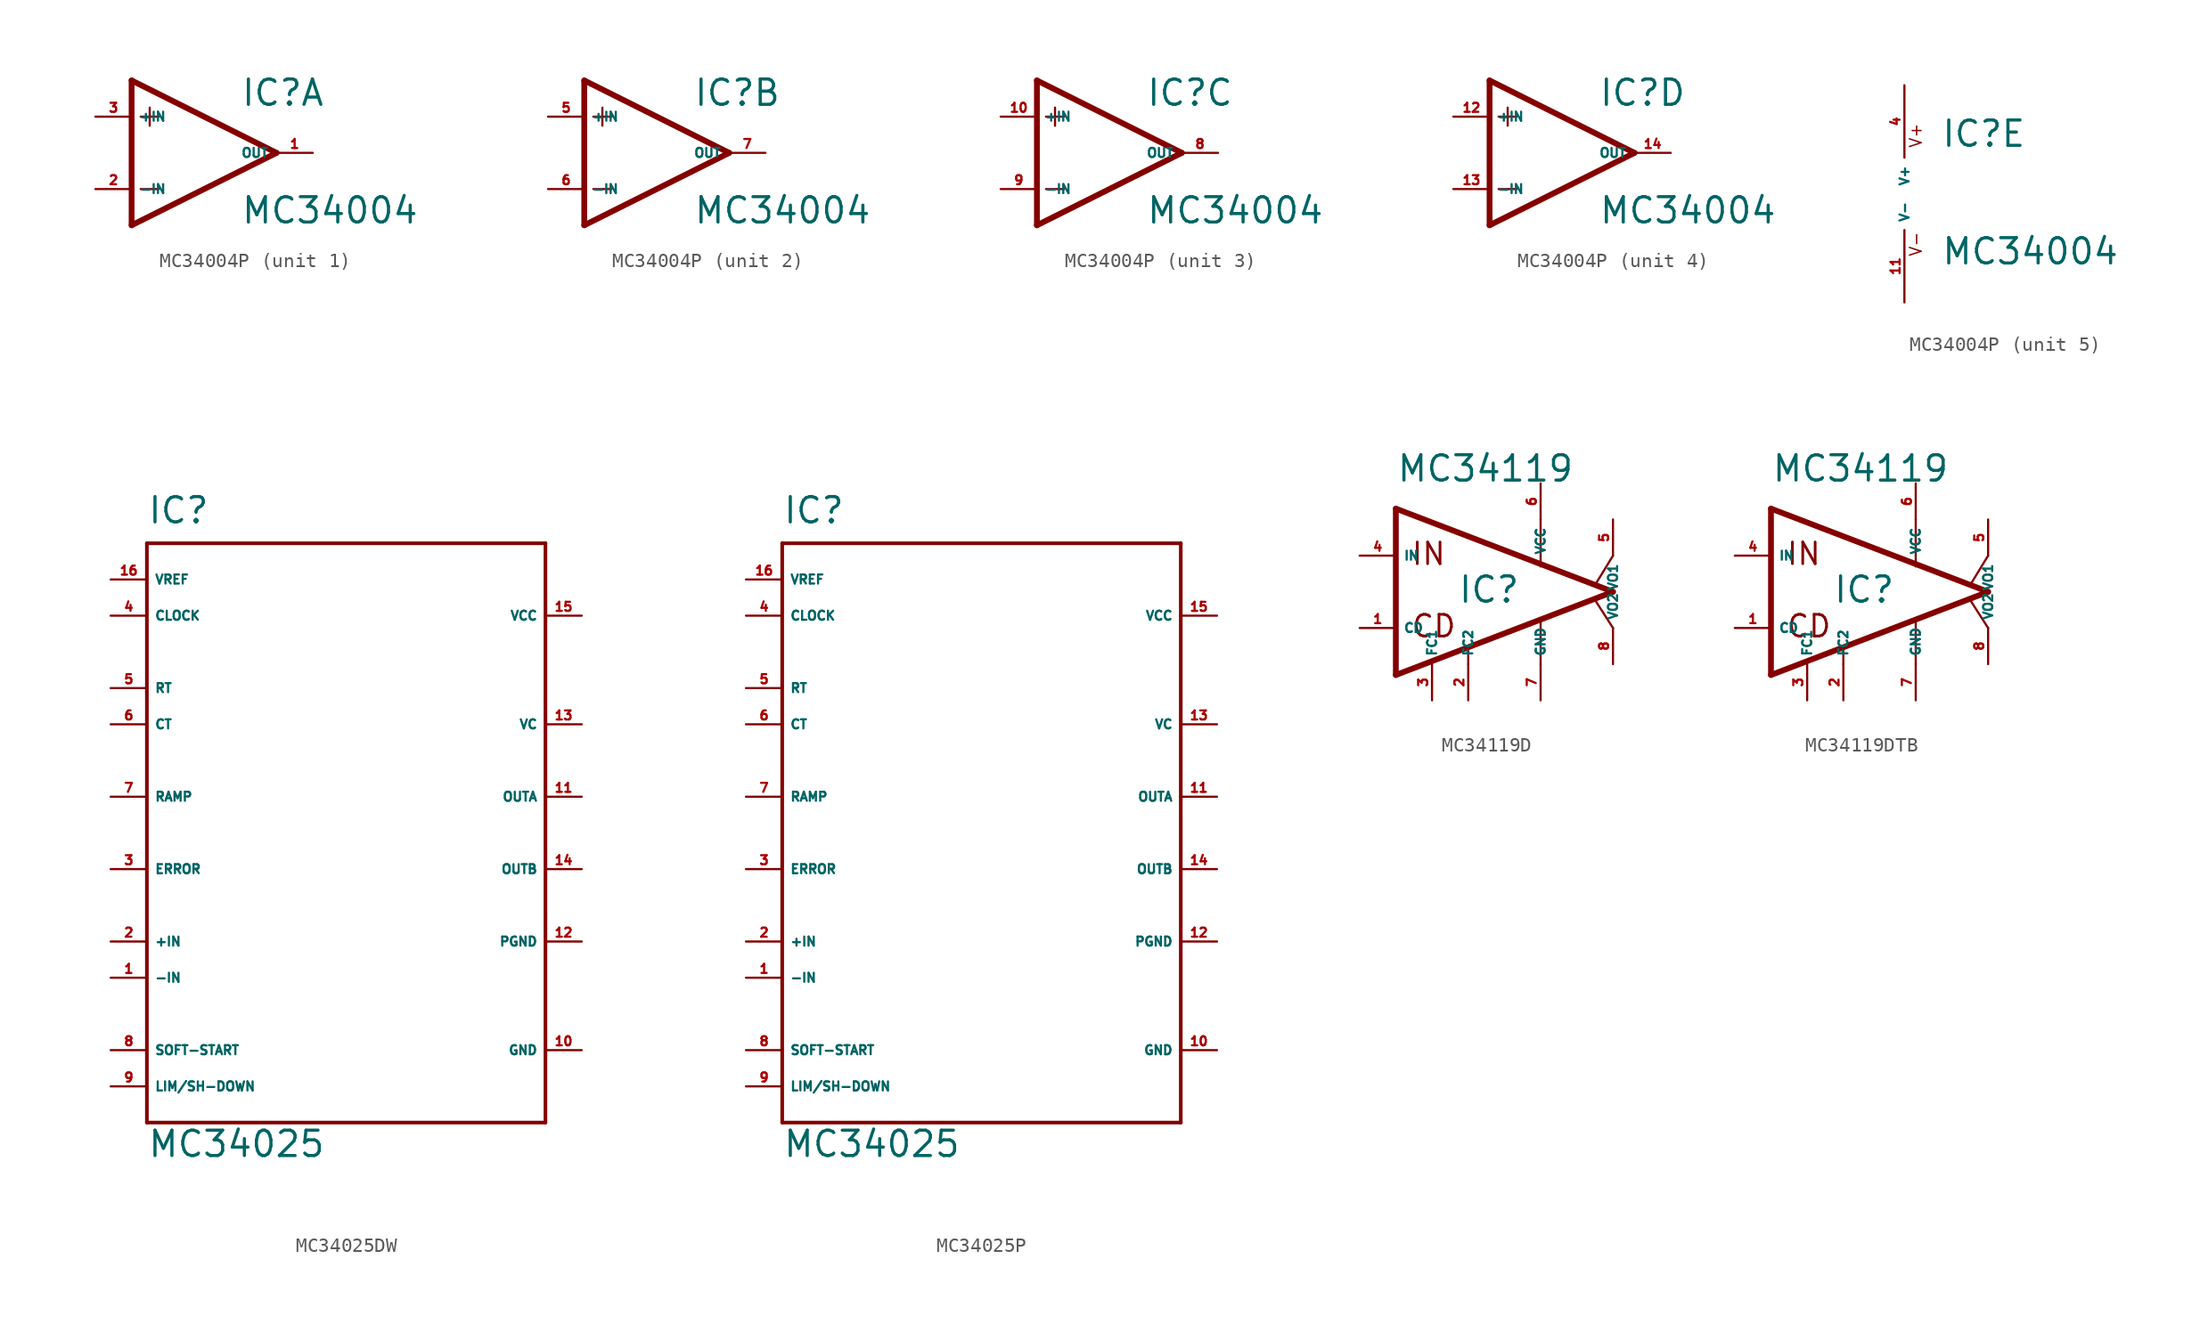
<source format=kicad_sym>
(kicad_symbol_lib
  (version 20220914)
  (generator Eagle2Kicad)
  (symbol "MC34004P"
    (property "Reference" "IC"
      (at 2.54 3.175 0)
      (effects (font (size 1.778 1.778) (thickness 0.22)) (justify left bottom)))
    (property "Value" "MC34004"
      (at 2.54 -5.08 0)
      (effects (font (size 1.778 1.778) (thickness 0.22)) (justify left bottom)))
    (symbol "MC34004P_1_0"
      (polyline (pts (xy -5.08 5.08) (xy -5.08 -5.08)) (stroke (width 0.406) (type default)) (fill (type none)))
      (polyline (pts (xy -5.08 -5.08) (xy 5.08 0)) (stroke (width 0.406) (type default)) (fill (type none)))
      (polyline (pts (xy 5.08 0) (xy -5.08 5.08)) (stroke (width 0.406) (type default)) (fill (type none)))
      (polyline (pts (xy -3.81 3.175) (xy -3.81 1.905)) (stroke (width 0.152) (type default)) (fill (type none)))
      (polyline (pts (xy -4.445 2.54) (xy -3.175 2.54)) (stroke (width 0.152) (type default)) (fill (type none)))
      (polyline (pts (xy -4.445 -2.54) (xy -3.175 -2.54)) (stroke (width 0.152) (type default)) (fill (type none)))
      (pin input line (at -7.62 -2.54 0) (length 2.54) (name "-IN" (effects (font (size 0.635 0.635) (thickness 0.08)) (justify left bottom))) (number "2" (effects (font (size 0.635 0.635) (thickness 0.08)) (justify left bottom))))
      (pin input line (at -7.62 2.54 0) (length 2.54) (name "+IN" (effects (font (size 0.635 0.635) (thickness 0.08)) (justify left bottom))) (number "3" (effects (font (size 0.635 0.635) (thickness 0.08)) (justify left bottom))))
      (pin output line (at 7.62 0 180) (length 2.54) (name "OUT" (effects (font (size 0.635 0.635) (thickness 0.08)) (justify left bottom))) (number "1" (effects (font (size 0.635 0.635) (thickness 0.08)) (justify left bottom)))))
    (symbol "MC34004P_2_0"
      (polyline (pts (xy -5.08 5.08) (xy -5.08 -5.08)) (stroke (width 0.406) (type default)) (fill (type none)))
      (polyline (pts (xy -5.08 -5.08) (xy 5.08 0)) (stroke (width 0.406) (type default)) (fill (type none)))
      (polyline (pts (xy 5.08 0) (xy -5.08 5.08)) (stroke (width 0.406) (type default)) (fill (type none)))
      (polyline (pts (xy -3.81 3.175) (xy -3.81 1.905)) (stroke (width 0.152) (type default)) (fill (type none)))
      (polyline (pts (xy -4.445 2.54) (xy -3.175 2.54)) (stroke (width 0.152) (type default)) (fill (type none)))
      (polyline (pts (xy -4.445 -2.54) (xy -3.175 -2.54)) (stroke (width 0.152) (type default)) (fill (type none)))
      (pin input line (at -7.62 -2.54 0) (length 2.54) (name "-IN" (effects (font (size 0.635 0.635) (thickness 0.08)) (justify left bottom))) (number "6" (effects (font (size 0.635 0.635) (thickness 0.08)) (justify left bottom))))
      (pin input line (at -7.62 2.54 0) (length 2.54) (name "+IN" (effects (font (size 0.635 0.635) (thickness 0.08)) (justify left bottom))) (number "5" (effects (font (size 0.635 0.635) (thickness 0.08)) (justify left bottom))))
      (pin output line (at 7.62 0 180) (length 2.54) (name "OUT" (effects (font (size 0.635 0.635) (thickness 0.08)) (justify left bottom))) (number "7" (effects (font (size 0.635 0.635) (thickness 0.08)) (justify left bottom)))))
    (symbol "MC34004P_3_0"
      (polyline (pts (xy -5.08 5.08) (xy -5.08 -5.08)) (stroke (width 0.406) (type default)) (fill (type none)))
      (polyline (pts (xy -5.08 -5.08) (xy 5.08 0)) (stroke (width 0.406) (type default)) (fill (type none)))
      (polyline (pts (xy 5.08 0) (xy -5.08 5.08)) (stroke (width 0.406) (type default)) (fill (type none)))
      (polyline (pts (xy -3.81 3.175) (xy -3.81 1.905)) (stroke (width 0.152) (type default)) (fill (type none)))
      (polyline (pts (xy -4.445 2.54) (xy -3.175 2.54)) (stroke (width 0.152) (type default)) (fill (type none)))
      (polyline (pts (xy -4.445 -2.54) (xy -3.175 -2.54)) (stroke (width 0.152) (type default)) (fill (type none)))
      (pin input line (at -7.62 -2.54 0) (length 2.54) (name "-IN" (effects (font (size 0.635 0.635) (thickness 0.08)) (justify left bottom))) (number "9" (effects (font (size 0.635 0.635) (thickness 0.08)) (justify left bottom))))
      (pin input line (at -7.62 2.54 0) (length 2.54) (name "+IN" (effects (font (size 0.635 0.635) (thickness 0.08)) (justify left bottom))) (number "10" (effects (font (size 0.635 0.635) (thickness 0.08)) (justify left bottom))))
      (pin output line (at 7.62 0 180) (length 2.54) (name "OUT" (effects (font (size 0.635 0.635) (thickness 0.08)) (justify left bottom))) (number "8" (effects (font (size 0.635 0.635) (thickness 0.08)) (justify left bottom)))))
    (symbol "MC34004P_4_0"
      (polyline (pts (xy -5.08 5.08) (xy -5.08 -5.08)) (stroke (width 0.406) (type default)) (fill (type none)))
      (polyline (pts (xy -5.08 -5.08) (xy 5.08 0)) (stroke (width 0.406) (type default)) (fill (type none)))
      (polyline (pts (xy 5.08 0) (xy -5.08 5.08)) (stroke (width 0.406) (type default)) (fill (type none)))
      (polyline (pts (xy -3.81 3.175) (xy -3.81 1.905)) (stroke (width 0.152) (type default)) (fill (type none)))
      (polyline (pts (xy -4.445 2.54) (xy -3.175 2.54)) (stroke (width 0.152) (type default)) (fill (type none)))
      (polyline (pts (xy -4.445 -2.54) (xy -3.175 -2.54)) (stroke (width 0.152) (type default)) (fill (type none)))
      (pin input line (at -7.62 -2.54 0) (length 2.54) (name "-IN" (effects (font (size 0.635 0.635) (thickness 0.08)) (justify left bottom))) (number "13" (effects (font (size 0.635 0.635) (thickness 0.08)) (justify left bottom))))
      (pin input line (at -7.62 2.54 0) (length 2.54) (name "+IN" (effects (font (size 0.635 0.635) (thickness 0.08)) (justify left bottom))) (number "12" (effects (font (size 0.635 0.635) (thickness 0.08)) (justify left bottom))))
      (pin output line (at 7.62 0 180) (length 2.54) (name "OUT" (effects (font (size 0.635 0.635) (thickness 0.08)) (justify left bottom))) (number "14" (effects (font (size 0.635 0.635) (thickness 0.08)) (justify left bottom)))))
    (symbol "MC34004P_5_0"
      (text "V+" (at 1.27 3.175 900) (effects (font (size 0.813 0.813) (thickness 0.10)) (justify left bottom)))
      (text "V-" (at 1.27 -4.445 900) (effects (font (size 0.813 0.813) (thickness 0.10)) (justify left bottom)))
      (pin unspecified line (at 0 7.62 270) (length 5.08) (name "V+" (effects (font (size 0.635 0.635) (thickness 0.08)) (justify left bottom))) (number "4" (effects (font (size 0.635 0.635) (thickness 0.08)) (justify left bottom))))
      (pin unspecified line (at 0 -7.62 90) (length 5.08) (name "V-" (effects (font (size 0.635 0.635) (thickness 0.08)) (justify left bottom))) (number "11" (effects (font (size 0.635 0.635) (thickness 0.08)) (justify left bottom))))))
  (symbol "MC34025DW"
    (property "Reference" "IC"
      (at -12.7 21.59 0)
      (effects (font (size 1.778 1.778) (thickness 0.22)) (justify left bottom)))
    (property "Value" "MC34025"
      (at -12.7 -22.86 0)
      (effects (font (size 1.778 1.778) (thickness 0.22)) (justify left bottom)))
    (polyline
      (pts (xy -12.7 20.32) (xy 15.24 20.32))
      (stroke (width 0.254) (type default))
      (fill (type none)))
    (polyline
      (pts (xy 15.24 20.32) (xy 15.24 -20.32))
      (stroke (width 0.254) (type default))
      (fill (type none)))
    (polyline
      (pts (xy 15.24 -20.32) (xy -12.7 -20.32))
      (stroke (width 0.254) (type default))
      (fill (type none)))
    (polyline
      (pts (xy -12.7 -20.32) (xy -12.7 20.32))
      (stroke (width 0.254) (type default))
      (fill (type none)))
    (pin input line
      (at -15.24 17.78 0)
      (length 2.54)
      (name "VREF" (effects (font (size 0.635 0.635) (thickness 0.08)) (justify left bottom)))
      (number "16" (effects (font (size 0.635 0.635) (thickness 0.08)) (justify left bottom))))
    (pin input line
      (at -15.24 15.24 0)
      (length 2.54)
      (name "CLOCK" (effects (font (size 0.635 0.635) (thickness 0.08)) (justify left bottom)))
      (number "4" (effects (font (size 0.635 0.635) (thickness 0.08)) (justify left bottom))))
    (pin input line
      (at -15.24 10.16 0)
      (length 2.54)
      (name "RT" (effects (font (size 0.635 0.635) (thickness 0.08)) (justify left bottom)))
      (number "5" (effects (font (size 0.635 0.635) (thickness 0.08)) (justify left bottom))))
    (pin input line
      (at -15.24 7.62 0)
      (length 2.54)
      (name "CT" (effects (font (size 0.635 0.635) (thickness 0.08)) (justify left bottom)))
      (number "6" (effects (font (size 0.635 0.635) (thickness 0.08)) (justify left bottom))))
    (pin input line
      (at -15.24 2.54 0)
      (length 2.54)
      (name "RAMP" (effects (font (size 0.635 0.635) (thickness 0.08)) (justify left bottom)))
      (number "7" (effects (font (size 0.635 0.635) (thickness 0.08)) (justify left bottom))))
    (pin output line
      (at -15.24 -2.54 0)
      (length 2.54)
      (name "ERROR" (effects (font (size 0.635 0.635) (thickness 0.08)) (justify left bottom)))
      (number "3" (effects (font (size 0.635 0.635) (thickness 0.08)) (justify left bottom))))
    (pin input line
      (at -15.24 -7.62 0)
      (length 2.54)
      (name "+IN" (effects (font (size 0.635 0.635) (thickness 0.08)) (justify left bottom)))
      (number "2" (effects (font (size 0.635 0.635) (thickness 0.08)) (justify left bottom))))
    (pin input line
      (at -15.24 -10.16 0)
      (length 2.54)
      (name "-IN" (effects (font (size 0.635 0.635) (thickness 0.08)) (justify left bottom)))
      (number "1" (effects (font (size 0.635 0.635) (thickness 0.08)) (justify left bottom))))
    (pin input line
      (at -15.24 -15.24 0)
      (length 2.54)
      (name "SOFT-START" (effects (font (size 0.635 0.635) (thickness 0.08)) (justify left bottom)))
      (number "8" (effects (font (size 0.635 0.635) (thickness 0.08)) (justify left bottom))))
    (pin input line
      (at -15.24 -17.78 0)
      (length 2.54)
      (name "LIM/SH-DOWN" (effects (font (size 0.635 0.635) (thickness 0.08)) (justify left bottom)))
      (number "9" (effects (font (size 0.635 0.635) (thickness 0.08)) (justify left bottom))))
    (pin output line
      (at 17.78 2.54 180)
      (length 2.54)
      (name "OUTA" (effects (font (size 0.635 0.635) (thickness 0.08)) (justify left bottom)))
      (number "11" (effects (font (size 0.635 0.635) (thickness 0.08)) (justify left bottom))))
    (pin output line
      (at 17.78 -2.54 180)
      (length 2.54)
      (name "OUTB" (effects (font (size 0.635 0.635) (thickness 0.08)) (justify left bottom)))
      (number "14" (effects (font (size 0.635 0.635) (thickness 0.08)) (justify left bottom))))
    (pin unspecified line
      (at 17.78 15.24 180)
      (length 2.54)
      (name "VCC" (effects (font (size 0.635 0.635) (thickness 0.08)) (justify left bottom)))
      (number "15" (effects (font (size 0.635 0.635) (thickness 0.08)) (justify left bottom))))
    (pin unspecified line
      (at 17.78 7.62 180)
      (length 2.54)
      (name "VC" (effects (font (size 0.635 0.635) (thickness 0.08)) (justify left bottom)))
      (number "13" (effects (font (size 0.635 0.635) (thickness 0.08)) (justify left bottom))))
    (pin unspecified line
      (at 17.78 -15.24 180)
      (length 2.54)
      (name "GND" (effects (font (size 0.635 0.635) (thickness 0.08)) (justify left bottom)))
      (number "10" (effects (font (size 0.635 0.635) (thickness 0.08)) (justify left bottom))))
    (pin unspecified line
      (at 17.78 -7.62 180)
      (length 2.54)
      (name "PGND" (effects (font (size 0.635 0.635) (thickness 0.08)) (justify left bottom)))
      (number "12" (effects (font (size 0.635 0.635) (thickness 0.08)) (justify left bottom)))))
  (symbol "MC34025P"
    (property "Reference" "IC"
      (at -12.7 21.59 0)
      (effects (font (size 1.778 1.778) (thickness 0.22)) (justify left bottom)))
    (property "Value" "MC34025"
      (at -12.7 -22.86 0)
      (effects (font (size 1.778 1.778) (thickness 0.22)) (justify left bottom)))
    (polyline
      (pts (xy -12.7 20.32) (xy 15.24 20.32))
      (stroke (width 0.254) (type default))
      (fill (type none)))
    (polyline
      (pts (xy 15.24 20.32) (xy 15.24 -20.32))
      (stroke (width 0.254) (type default))
      (fill (type none)))
    (polyline
      (pts (xy 15.24 -20.32) (xy -12.7 -20.32))
      (stroke (width 0.254) (type default))
      (fill (type none)))
    (polyline
      (pts (xy -12.7 -20.32) (xy -12.7 20.32))
      (stroke (width 0.254) (type default))
      (fill (type none)))
    (pin input line
      (at -15.24 17.78 0)
      (length 2.54)
      (name "VREF" (effects (font (size 0.635 0.635) (thickness 0.08)) (justify left bottom)))
      (number "16" (effects (font (size 0.635 0.635) (thickness 0.08)) (justify left bottom))))
    (pin input line
      (at -15.24 15.24 0)
      (length 2.54)
      (name "CLOCK" (effects (font (size 0.635 0.635) (thickness 0.08)) (justify left bottom)))
      (number "4" (effects (font (size 0.635 0.635) (thickness 0.08)) (justify left bottom))))
    (pin input line
      (at -15.24 10.16 0)
      (length 2.54)
      (name "RT" (effects (font (size 0.635 0.635) (thickness 0.08)) (justify left bottom)))
      (number "5" (effects (font (size 0.635 0.635) (thickness 0.08)) (justify left bottom))))
    (pin input line
      (at -15.24 7.62 0)
      (length 2.54)
      (name "CT" (effects (font (size 0.635 0.635) (thickness 0.08)) (justify left bottom)))
      (number "6" (effects (font (size 0.635 0.635) (thickness 0.08)) (justify left bottom))))
    (pin input line
      (at -15.24 2.54 0)
      (length 2.54)
      (name "RAMP" (effects (font (size 0.635 0.635) (thickness 0.08)) (justify left bottom)))
      (number "7" (effects (font (size 0.635 0.635) (thickness 0.08)) (justify left bottom))))
    (pin output line
      (at -15.24 -2.54 0)
      (length 2.54)
      (name "ERROR" (effects (font (size 0.635 0.635) (thickness 0.08)) (justify left bottom)))
      (number "3" (effects (font (size 0.635 0.635) (thickness 0.08)) (justify left bottom))))
    (pin input line
      (at -15.24 -7.62 0)
      (length 2.54)
      (name "+IN" (effects (font (size 0.635 0.635) (thickness 0.08)) (justify left bottom)))
      (number "2" (effects (font (size 0.635 0.635) (thickness 0.08)) (justify left bottom))))
    (pin input line
      (at -15.24 -10.16 0)
      (length 2.54)
      (name "-IN" (effects (font (size 0.635 0.635) (thickness 0.08)) (justify left bottom)))
      (number "1" (effects (font (size 0.635 0.635) (thickness 0.08)) (justify left bottom))))
    (pin input line
      (at -15.24 -15.24 0)
      (length 2.54)
      (name "SOFT-START" (effects (font (size 0.635 0.635) (thickness 0.08)) (justify left bottom)))
      (number "8" (effects (font (size 0.635 0.635) (thickness 0.08)) (justify left bottom))))
    (pin input line
      (at -15.24 -17.78 0)
      (length 2.54)
      (name "LIM/SH-DOWN" (effects (font (size 0.635 0.635) (thickness 0.08)) (justify left bottom)))
      (number "9" (effects (font (size 0.635 0.635) (thickness 0.08)) (justify left bottom))))
    (pin output line
      (at 17.78 2.54 180)
      (length 2.54)
      (name "OUTA" (effects (font (size 0.635 0.635) (thickness 0.08)) (justify left bottom)))
      (number "11" (effects (font (size 0.635 0.635) (thickness 0.08)) (justify left bottom))))
    (pin output line
      (at 17.78 -2.54 180)
      (length 2.54)
      (name "OUTB" (effects (font (size 0.635 0.635) (thickness 0.08)) (justify left bottom)))
      (number "14" (effects (font (size 0.635 0.635) (thickness 0.08)) (justify left bottom))))
    (pin unspecified line
      (at 17.78 15.24 180)
      (length 2.54)
      (name "VCC" (effects (font (size 0.635 0.635) (thickness 0.08)) (justify left bottom)))
      (number "15" (effects (font (size 0.635 0.635) (thickness 0.08)) (justify left bottom))))
    (pin unspecified line
      (at 17.78 7.62 180)
      (length 2.54)
      (name "VC" (effects (font (size 0.635 0.635) (thickness 0.08)) (justify left bottom)))
      (number "13" (effects (font (size 0.635 0.635) (thickness 0.08)) (justify left bottom))))
    (pin unspecified line
      (at 17.78 -15.24 180)
      (length 2.54)
      (name "GND" (effects (font (size 0.635 0.635) (thickness 0.08)) (justify left bottom)))
      (number "10" (effects (font (size 0.635 0.635) (thickness 0.08)) (justify left bottom))))
    (pin unspecified line
      (at 17.78 -7.62 180)
      (length 2.54)
      (name "PGND" (effects (font (size 0.635 0.635) (thickness 0.08)) (justify left bottom)))
      (number "12" (effects (font (size 0.635 0.635) (thickness 0.08)) (justify left bottom)))))
  (symbol "MC34119D"
    (property "Reference" "IC"
      (at -3.302 -0.889 0)
      (effects (font (size 1.778 1.778) (thickness 0.22)) (justify left bottom)))
    (property "Value" "MC34119"
      (at -7.62 7.62 0)
      (effects (font (size 1.778 1.778) (thickness 0.22)) (justify left bottom)))
    (polyline
      (pts (xy -7.62 5.842) (xy -7.62 -5.842))
      (stroke (width 0.406) (type default))
      (fill (type none)))
    (polyline
      (pts (xy -7.62 5.842) (xy 7.62 0))
      (stroke (width 0.406) (type default))
      (fill (type none)))
    (polyline
      (pts (xy -2.54 -3.886) (xy -2.54 -5.08))
      (stroke (width 0.152) (type default))
      (fill (type none)))
    (polyline
      (pts (xy -7.62 -5.842) (xy 7.62 0))
      (stroke (width 0.406) (type default))
      (fill (type none)))
    (polyline
      (pts (xy 2.54 -1.854) (xy 2.54 -5.08))
      (stroke (width 0.152) (type default))
      (fill (type none)))
    (polyline
      (pts (xy 7.62 2.54) (xy 6.35 0.457))
      (stroke (width 0.152) (type default))
      (fill (type none)))
    (polyline
      (pts (xy 7.62 -2.54) (xy 6.35 -0.559))
      (stroke (width 0.152) (type default))
      (fill (type none)))
    (polyline
      (pts (xy 2.54 5.08) (xy 2.54 1.778))
      (stroke (width 0.152) (type default))
      (fill (type none)))
    (text "IN"
      (at -6.604 1.778 0)
      (effects (font (size 1.524 1.524) (thickness 0.19)) (justify left bottom)))
    (text "CD"
      (at -6.604 -3.302 0)
      (effects (font (size 1.524 1.524) (thickness 0.19)) (justify left bottom)))
    (pin passive line
      (at -10.16 -2.54 0)
      (length 2.54)
      (name "CD" (effects (font (size 0.635 0.635) (thickness 0.08)) (justify left bottom)))
      (number "1" (effects (font (size 0.635 0.635) (thickness 0.08)) (justify left bottom))))
    (pin passive line
      (at -5.08 -7.62 90)
      (length 2.54)
      (name "FC1" (effects (font (size 0.635 0.635) (thickness 0.08)) (justify left bottom)))
      (number "3" (effects (font (size 0.635 0.635) (thickness 0.08)) (justify left bottom))))
    (pin passive line
      (at -2.54 -7.62 90)
      (length 2.54)
      (name "FC2" (effects (font (size 0.635 0.635) (thickness 0.08)) (justify left bottom)))
      (number "2" (effects (font (size 0.635 0.635) (thickness 0.08)) (justify left bottom))))
    (pin unspecified line
      (at 2.54 -7.62 90)
      (length 2.54)
      (name "GND" (effects (font (size 0.635 0.635) (thickness 0.08)) (justify left bottom)))
      (number "7" (effects (font (size 0.635 0.635) (thickness 0.08)) (justify left bottom))))
    (pin input line
      (at -10.16 2.54 0)
      (length 2.54)
      (name "IN" (effects (font (size 0.635 0.635) (thickness 0.08)) (justify left bottom)))
      (number "4" (effects (font (size 0.635 0.635) (thickness 0.08)) (justify left bottom))))
    (pin unspecified line
      (at 2.54 7.62 270)
      (length 2.54)
      (name "VCC" (effects (font (size 0.635 0.635) (thickness 0.08)) (justify left bottom)))
      (number "6" (effects (font (size 0.635 0.635) (thickness 0.08)) (justify left bottom))))
    (pin output line
      (at 7.62 5.08 270)
      (length 2.54)
      (name "VO1" (effects (font (size 0.635 0.635) (thickness 0.08)) (justify left bottom)))
      (number "5" (effects (font (size 0.635 0.635) (thickness 0.08)) (justify left bottom))))
    (pin output line
      (at 7.62 -5.08 90)
      (length 2.54)
      (name "VO2" (effects (font (size 0.635 0.635) (thickness 0.08)) (justify left bottom)))
      (number "8" (effects (font (size 0.635 0.635) (thickness 0.08)) (justify left bottom)))))
  (symbol "MC34119DTB"
    (property "Reference" "IC"
      (at -3.302 -0.889 0)
      (effects (font (size 1.778 1.778) (thickness 0.22)) (justify left bottom)))
    (property "Value" "MC34119"
      (at -7.62 7.62 0)
      (effects (font (size 1.778 1.778) (thickness 0.22)) (justify left bottom)))
    (polyline
      (pts (xy -7.62 5.842) (xy -7.62 -5.842))
      (stroke (width 0.406) (type default))
      (fill (type none)))
    (polyline
      (pts (xy -7.62 5.842) (xy 7.62 0))
      (stroke (width 0.406) (type default))
      (fill (type none)))
    (polyline
      (pts (xy -2.54 -3.886) (xy -2.54 -5.08))
      (stroke (width 0.152) (type default))
      (fill (type none)))
    (polyline
      (pts (xy -7.62 -5.842) (xy 7.62 0))
      (stroke (width 0.406) (type default))
      (fill (type none)))
    (polyline
      (pts (xy 2.54 -1.854) (xy 2.54 -5.08))
      (stroke (width 0.152) (type default))
      (fill (type none)))
    (polyline
      (pts (xy 7.62 2.54) (xy 6.35 0.457))
      (stroke (width 0.152) (type default))
      (fill (type none)))
    (polyline
      (pts (xy 7.62 -2.54) (xy 6.35 -0.559))
      (stroke (width 0.152) (type default))
      (fill (type none)))
    (polyline
      (pts (xy 2.54 5.08) (xy 2.54 1.778))
      (stroke (width 0.152) (type default))
      (fill (type none)))
    (text "IN"
      (at -6.604 1.778 0)
      (effects (font (size 1.524 1.524) (thickness 0.19)) (justify left bottom)))
    (text "CD"
      (at -6.604 -3.302 0)
      (effects (font (size 1.524 1.524) (thickness 0.19)) (justify left bottom)))
    (pin passive line
      (at -10.16 -2.54 0)
      (length 2.54)
      (name "CD" (effects (font (size 0.635 0.635) (thickness 0.08)) (justify left bottom)))
      (number "1" (effects (font (size 0.635 0.635) (thickness 0.08)) (justify left bottom))))
    (pin passive line
      (at -5.08 -7.62 90)
      (length 2.54)
      (name "FC1" (effects (font (size 0.635 0.635) (thickness 0.08)) (justify left bottom)))
      (number "3" (effects (font (size 0.635 0.635) (thickness 0.08)) (justify left bottom))))
    (pin passive line
      (at -2.54 -7.62 90)
      (length 2.54)
      (name "FC2" (effects (font (size 0.635 0.635) (thickness 0.08)) (justify left bottom)))
      (number "2" (effects (font (size 0.635 0.635) (thickness 0.08)) (justify left bottom))))
    (pin unspecified line
      (at 2.54 -7.62 90)
      (length 2.54)
      (name "GND" (effects (font (size 0.635 0.635) (thickness 0.08)) (justify left bottom)))
      (number "7" (effects (font (size 0.635 0.635) (thickness 0.08)) (justify left bottom))))
    (pin input line
      (at -10.16 2.54 0)
      (length 2.54)
      (name "IN" (effects (font (size 0.635 0.635) (thickness 0.08)) (justify left bottom)))
      (number "4" (effects (font (size 0.635 0.635) (thickness 0.08)) (justify left bottom))))
    (pin unspecified line
      (at 2.54 7.62 270)
      (length 2.54)
      (name "VCC" (effects (font (size 0.635 0.635) (thickness 0.08)) (justify left bottom)))
      (number "6" (effects (font (size 0.635 0.635) (thickness 0.08)) (justify left bottom))))
    (pin output line
      (at 7.62 5.08 270)
      (length 2.54)
      (name "VO1" (effects (font (size 0.635 0.635) (thickness 0.08)) (justify left bottom)))
      (number "5" (effects (font (size 0.635 0.635) (thickness 0.08)) (justify left bottom))))
    (pin output line
      (at 7.62 -5.08 90)
      (length 2.54)
      (name "VO2" (effects (font (size 0.635 0.635) (thickness 0.08)) (justify left bottom)))
      (number "8" (effects (font (size 0.635 0.635) (thickness 0.08)) (justify left bottom))))))
</source>
